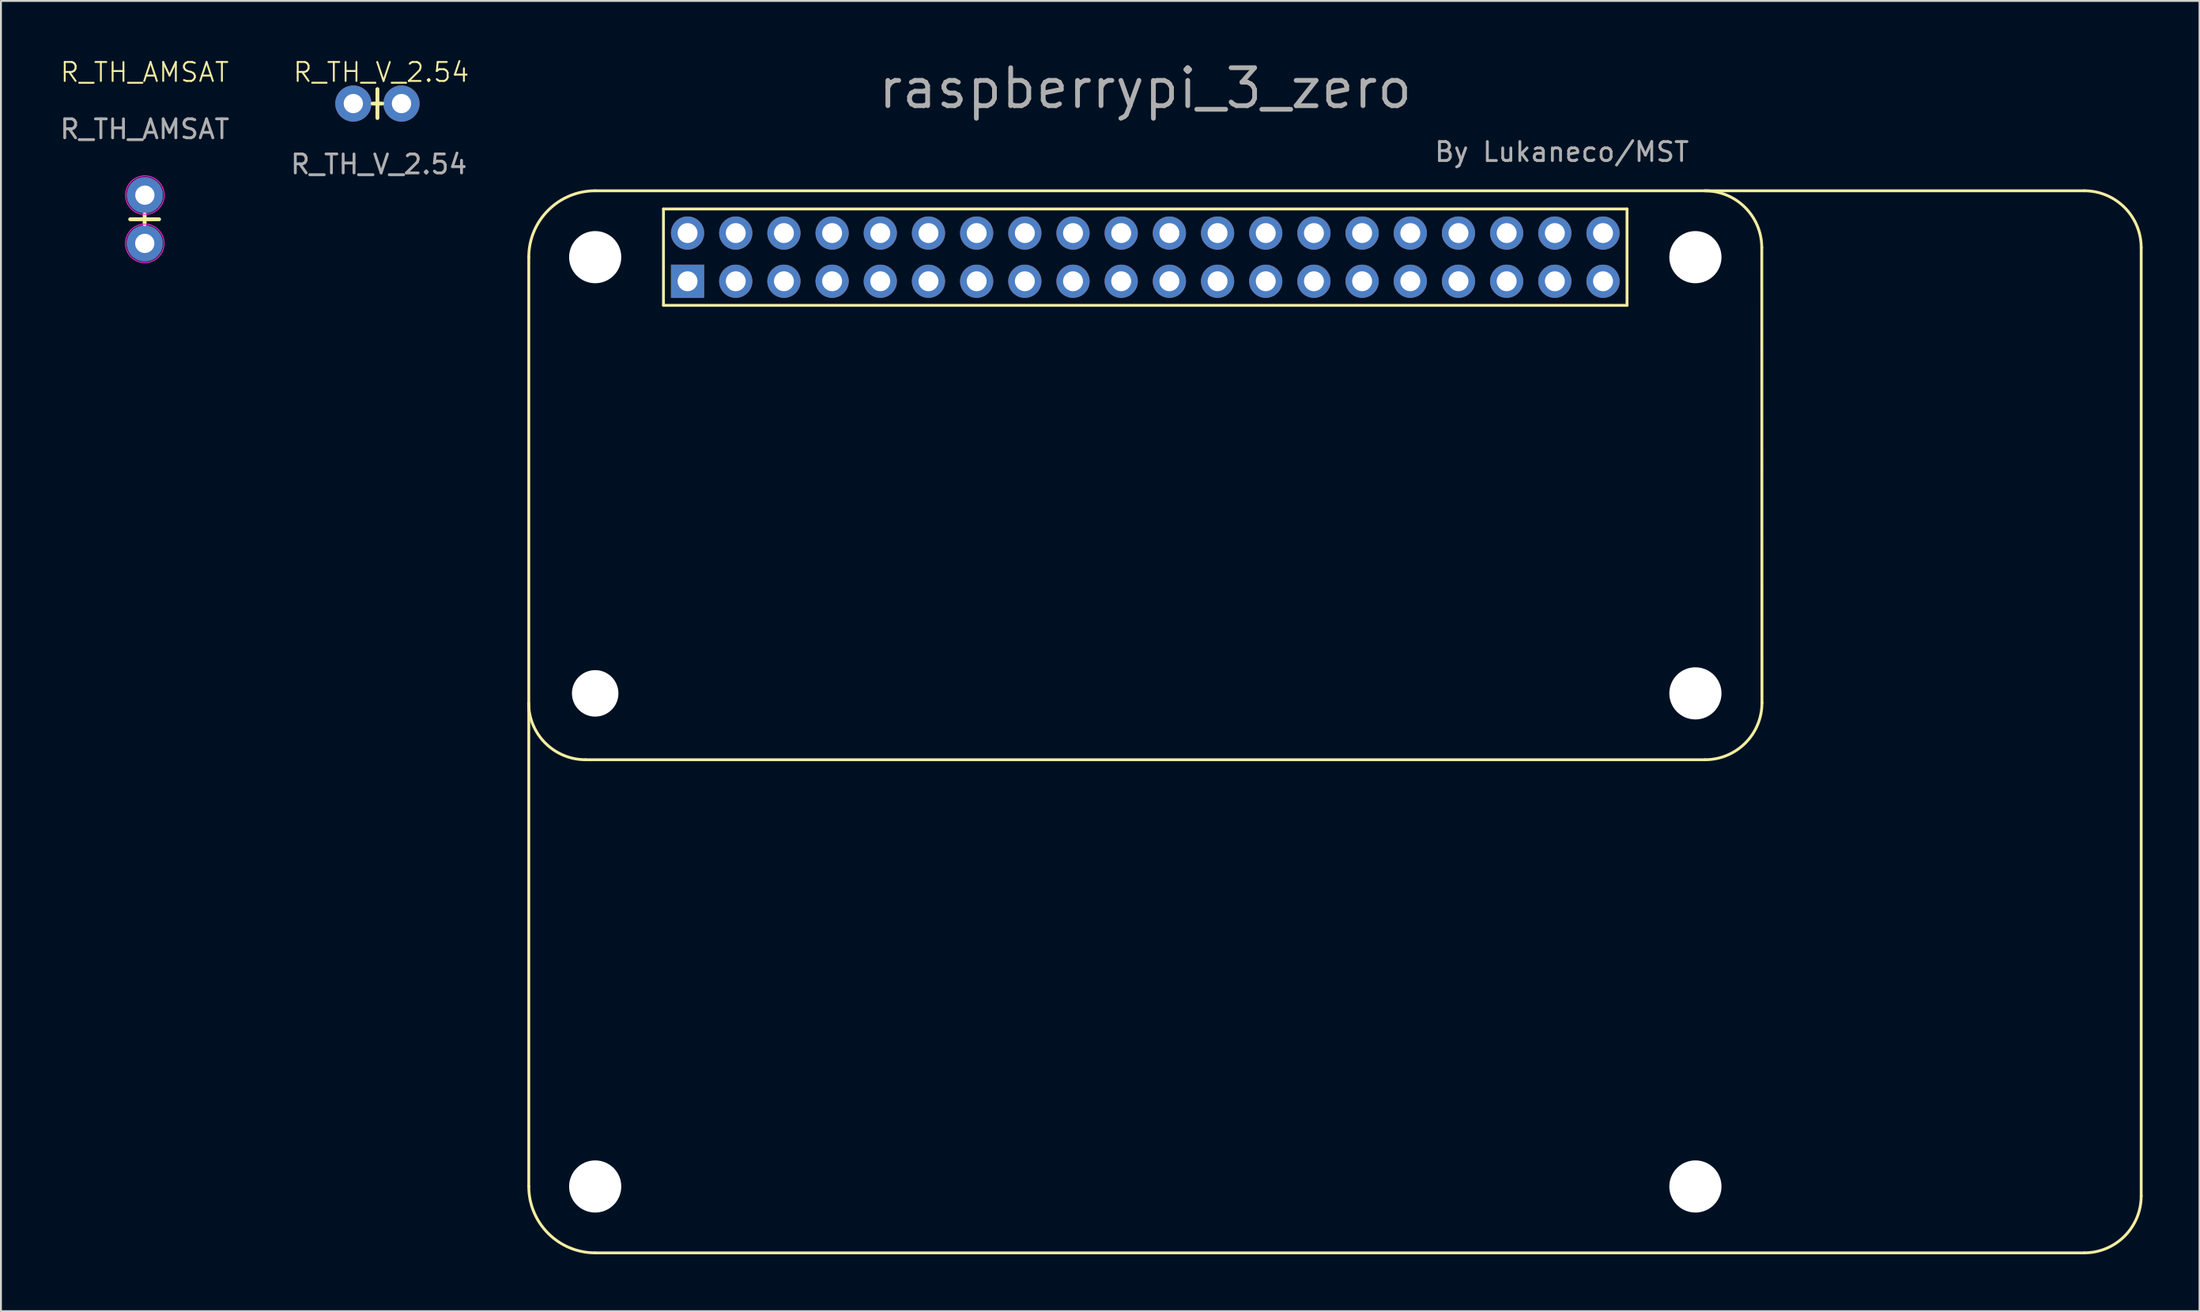
<source format=kicad_pcb>
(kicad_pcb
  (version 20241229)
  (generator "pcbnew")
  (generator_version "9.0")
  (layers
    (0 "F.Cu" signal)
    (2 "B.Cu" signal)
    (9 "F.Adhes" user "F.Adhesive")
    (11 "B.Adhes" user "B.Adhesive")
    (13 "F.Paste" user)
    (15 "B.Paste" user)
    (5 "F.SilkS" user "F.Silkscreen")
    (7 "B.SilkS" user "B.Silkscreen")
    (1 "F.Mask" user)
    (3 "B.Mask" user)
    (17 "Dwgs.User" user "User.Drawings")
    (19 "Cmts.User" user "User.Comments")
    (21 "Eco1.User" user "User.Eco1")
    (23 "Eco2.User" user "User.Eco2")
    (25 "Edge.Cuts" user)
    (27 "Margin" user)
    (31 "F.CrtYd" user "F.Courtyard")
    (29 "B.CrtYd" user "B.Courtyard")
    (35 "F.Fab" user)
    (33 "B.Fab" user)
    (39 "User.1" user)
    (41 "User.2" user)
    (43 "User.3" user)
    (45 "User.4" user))
  (footprint "R_TH_V_2.54"
    (layer "F.Cu")
    (at 16.846 2.386)
    (property "Reference" "R_TH_V_2.54" (at 0.203 -1.626 0) (unlocked yes) (layer "F.SilkS") (effects (font (size 1 1) (thickness 0.1))))
    (attr smd)
    (fp_line (start 0 -0.737) (end 0 0.025) (stroke (width 0.203) (type solid)) (layer "F.SilkS"))
    (fp_line (start 0 0.025) (end -0.254 0.025) (stroke (width 0.203) (type solid)) (layer "F.SilkS"))
    (fp_line (start 0 0.025) (end 0 0.787) (stroke (width 0.203) (type solid)) (layer "F.SilkS"))
    (fp_line (start 0 0.025) (end 0.254 0.025) (stroke (width 0.203) (type solid)) (layer "F.SilkS"))
    (fp_text user "${REFERENCE}" (at 0.076 3.226 0) (unlocked yes) (layer "F.Fab") (effects (font (size 1 1) (thickness 0.15))))
    (pad "1" thru_hole circle (at -1.27 0.025 90) (size 1.905 1.905) (drill 1.016) (layers "*.Cu" "*.Mask"))
    (pad "2" thru_hole circle (at 1.27 0.025 90) (size 1.905 1.905) (drill 1.016) (layers "*.Cu" "*.Mask")))
  (footprint "R_TH_AMSAT"
    (layer "F.Cu")
    (at 4.577 8.485)
    (property "Reference" "R_TH_AMSAT" (at 0 -7.724 0) (unlocked yes) (layer "F.SilkS") (effects (font (size 1 1) (thickness 0.1))))
    (attr through_hole)
    (fp_line (start -0.002 0.027) (end -0.764 0.027) (stroke (width 0.203) (type solid)) (layer "F.SilkS"))
    (fp_line (start -0.002 0.027) (end -0.002 -0.227) (stroke (width 0.203) (type solid)) (layer "F.SilkS"))
    (fp_line (start -0.002 0.027) (end -0.002 0.281) (stroke (width 0.203) (type solid)) (layer "F.SilkS"))
    (fp_line (start 0.76 0.027) (end -0.002 0.027) (stroke (width 0.203) (type solid)) (layer "F.SilkS"))
    (fp_circle (center 0.004 1.298) (end 1.02 1.298) (stroke (width 0.05) (type solid)) (fill no) (layer "F.CrtYd"))
    (fp_circle (center 0.01 -1.246) (end 1.026 -1.246) (stroke (width 0.05) (type solid)) (fill no) (layer "F.CrtYd"))
    (fp_text user "${REFERENCE}" (at 0 -4.724 0) (unlocked yes) (layer "F.Fab") (effects (font (size 1 1) (thickness 0.15))))
    (pad "1" thru_hole circle (at 0.01 -1.246) (size 1.905 1.905) (drill 1.016) (layers "*.Cu" "*.Mask"))
    (pad "2" thru_hole circle (at 0.004 1.298) (size 1.905 1.905) (drill 1.016) (layers "*.Cu" "*.Mask")))
  (footprint "raspberrypi_3_zero"
    (layer "F.Cu")
    (at 57.326 10.509)
    (property "Reference" "raspberrypi_3_zero" (at 0 -8.9 180) (layer "F.Fab") (effects (font (size 2 2) (thickness 0.25))))
    (attr through_hole)
    (fp_line (start -32.5 49) (end -32.5 0) (stroke (width 0.15) (type solid)) (layer "F.SilkS"))
    (fp_line (start -29.509 26.499) (end 29.509 26.499) (stroke (width 0.15) (type default)) (layer "F.SilkS"))
    (fp_line (start -29 52.5) (end 49.5 52.5) (stroke (width 0.15) (type solid)) (layer "F.SilkS"))
    (fp_line (start -25.4 -2.54) (end -25.4 2.54) (stroke (width 0.15) (type solid)) (layer "F.SilkS"))
    (fp_line (start -25.4 -2.54) (end 25.4 -2.54) (stroke (width 0.15) (type solid)) (layer "F.SilkS"))
    (fp_line (start 25.395 2.54) (end 25.395 -2.54) (stroke (width 0.15) (type solid)) (layer "F.SilkS"))
    (fp_line (start 25.4 2.54) (end -25.4 2.54) (stroke (width 0.15) (type solid)) (layer "F.SilkS"))
    (fp_line (start 32.509 23.499) (end 32.499 -0.499) (stroke (width 0.15) (type default)) (layer "F.SilkS"))
    (fp_line (start 49.5 -3.5) (end -29 -3.5) (stroke (width 0.15) (type solid)) (layer "F.SilkS"))
    (fp_line (start 52.5 49.5) (end 52.5 -0.5) (stroke (width 0.15) (type solid)) (layer "F.SilkS"))
    (fp_arc (start -32.5 0) (mid -31.474874 -2.474873) (end -29 -3.5) (stroke (width 0.15) (type solid)) (layer "F.SilkS"))
    (fp_arc (start -29.50868 26.49868) (mid -31.63 25.62) (end -32.50868 23.49868) (stroke (width 0.15) (type solid)) (layer "F.SilkS"))
    (fp_arc (start -29 52.5) (mid -31.474873 51.474874) (end -32.5 49) (stroke (width 0.15) (type solid)) (layer "F.SilkS"))
    (fp_arc (start 29.49868 -3.49868) (mid 31.620006 -2.620006) (end 32.49868 -0.49868) (stroke (width 0.15) (type solid)) (layer "F.SilkS"))
    (fp_arc (start 32.50868 23.49868) (mid 31.630001 25.620001) (end 29.50868 26.49868) (stroke (width 0.15) (type solid)) (layer "F.SilkS"))
    (fp_arc (start 49.5 -3.5) (mid 51.621321 -2.621321) (end 52.5 -0.5) (stroke (width 0.15) (type solid)) (layer "F.SilkS"))
    (fp_arc (start 52.5 49.5) (mid 51.621321 51.621321) (end 49.5 52.5) (stroke (width 0.15) (type solid)) (layer "F.SilkS"))
    (fp_text user "By Lukaneco/MST" (at 21.96 -5.55 180) (layer "F.Fab") (effects (font (size 1 1) (thickness 0.15))))
    (pad "" np_thru_hole circle (at -29 0) (size 2.75 2.75) (drill 2.75) (layers "*.Cu" "*.Mask"))
    (pad "" np_thru_hole circle (at -29 23) (size 2.45 2.45) (drill 2.75) (layers "*.Cu" "*.Mask"))
    (pad "" np_thru_hole circle (at -29 49) (size 2.75 2.75) (drill 2.75) (layers "*.Cu" "*.Mask"))
    (pad "" np_thru_hole circle (at 29 0) (size 2.75 2.75) (drill 2.75) (layers "*.Cu" "*.Mask"))
    (pad "" np_thru_hole circle (at 29 23) (size 2.75 2.75) (drill 2.75) (layers "*.Cu" "*.Mask"))
    (pad "" np_thru_hole circle (at 29 49) (size 2.75 2.75) (drill 2.75) (layers "*.Cu" "*.Mask"))
    (pad "1" thru_hole rect (at -24.13 1.27) (size 1.75 1.75) (drill 1.05) (layers "*.Cu" "*.Mask"))
    (pad "2" thru_hole circle (at -24.13 -1.27) (size 1.75 1.75) (drill 1.05) (layers "*.Cu" "*.Mask"))
    (pad "3" thru_hole circle (at -21.59 1.27) (size 1.75 1.75) (drill 1.05) (layers "*.Cu" "*.Mask"))
    (pad "4" thru_hole circle (at -21.59 -1.27) (size 1.75 1.75) (drill 1.05) (layers "*.Cu" "*.Mask"))
    (pad "5" thru_hole circle (at -19.05 1.27) (size 1.75 1.75) (drill 1.05) (layers "*.Cu" "*.Mask"))
    (pad "6" thru_hole circle (at -19.05 -1.27) (size 1.75 1.75) (drill 1.05) (layers "*.Cu" "*.Mask"))
    (pad "7" thru_hole circle (at -16.51 1.27) (size 1.75 1.75) (drill 1.05) (layers "*.Cu" "*.Mask"))
    (pad "8" thru_hole circle (at -16.51 -1.27) (size 1.75 1.75) (drill 1.05) (layers "*.Cu" "*.Mask"))
    (pad "9" thru_hole circle (at -13.97 1.27) (size 1.75 1.75) (drill 1.05) (layers "*.Cu" "*.Mask"))
    (pad "10" thru_hole circle (at -13.97 -1.27) (size 1.75 1.75) (drill 1.05) (layers "*.Cu" "*.Mask"))
    (pad "11" thru_hole circle (at -11.43 1.27) (size 1.75 1.75) (drill 1.05) (layers "*.Cu" "*.Mask"))
    (pad "12" thru_hole circle (at -11.43 -1.27) (size 1.75 1.75) (drill 1.05) (layers "*.Cu" "*.Mask"))
    (pad "13" thru_hole circle (at -8.89 1.27) (size 1.75 1.75) (drill 1.05) (layers "*.Cu" "*.Mask"))
    (pad "14" thru_hole circle (at -8.89 -1.27) (size 1.75 1.75) (drill 1.05) (layers "*.Cu" "*.Mask"))
    (pad "15" thru_hole circle (at -6.35 1.27) (size 1.75 1.75) (drill 1.05) (layers "*.Cu" "*.Mask"))
    (pad "16" thru_hole circle (at -6.35 -1.27) (size 1.75 1.75) (drill 1.05) (layers "*.Cu" "*.Mask"))
    (pad "17" thru_hole circle (at -3.81 1.27) (size 1.75 1.75) (drill 1.05) (layers "*.Cu" "*.Mask"))
    (pad "18" thru_hole circle (at -3.81 -1.27) (size 1.75 1.75) (drill 1.05) (layers "*.Cu" "*.Mask"))
    (pad "19" thru_hole circle (at -1.27 1.27) (size 1.75 1.75) (drill 1.05) (layers "*.Cu" "*.Mask"))
    (pad "20" thru_hole circle (at -1.27 -1.27) (size 1.75 1.75) (drill 1.05) (layers "*.Cu" "*.Mask"))
    (pad "21" thru_hole circle (at 1.27 1.27) (size 1.75 1.75) (drill 1.05) (layers "*.Cu" "*.Mask"))
    (pad "22" thru_hole circle (at 1.27 -1.27) (size 1.75 1.75) (drill 1.05) (layers "*.Cu" "*.Mask"))
    (pad "23" thru_hole circle (at 3.81 1.27) (size 1.75 1.75) (drill 1.05) (layers "*.Cu" "*.Mask"))
    (pad "24" thru_hole circle (at 3.81 -1.27) (size 1.75 1.75) (drill 1.05) (layers "*.Cu" "*.Mask"))
    (pad "25" thru_hole circle (at 6.35 1.27) (size 1.75 1.75) (drill 1.05) (layers "*.Cu" "*.Mask"))
    (pad "26" thru_hole circle (at 6.35 -1.27) (size 1.75 1.75) (drill 1.05) (layers "*.Cu" "*.Mask"))
    (pad "27" thru_hole circle (at 8.89 1.27) (size 1.75 1.75) (drill 1.05) (layers "*.Cu" "*.Mask"))
    (pad "28" thru_hole circle (at 8.89 -1.27) (size 1.75 1.75) (drill 1.05) (layers "*.Cu" "*.Mask"))
    (pad "29" thru_hole circle (at 11.43 1.27) (size 1.75 1.75) (drill 1.05) (layers "*.Cu" "*.Mask"))
    (pad "30" thru_hole circle (at 11.43 -1.27) (size 1.75 1.75) (drill 1.05) (layers "*.Cu" "*.Mask"))
    (pad "31" thru_hole circle (at 13.97 1.27) (size 1.75 1.75) (drill 1.05) (layers "*.Cu" "*.Mask"))
    (pad "32" thru_hole circle (at 13.97 -1.27) (size 1.75 1.75) (drill 1.05) (layers "*.Cu" "*.Mask"))
    (pad "33" thru_hole circle (at 16.51 1.27) (size 1.75 1.75) (drill 1.05) (layers "*.Cu" "*.Mask"))
    (pad "34" thru_hole circle (at 16.51 -1.27) (size 1.75 1.75) (drill 1.05) (layers "*.Cu" "*.Mask"))
    (pad "35" thru_hole circle (at 19.05 1.27) (size 1.75 1.75) (drill 1.05) (layers "*.Cu" "*.Mask"))
    (pad "36" thru_hole circle (at 19.05 -1.27) (size 1.75 1.75) (drill 1.05) (layers "*.Cu" "*.Mask"))
    (pad "37" thru_hole circle (at 21.59 1.27) (size 1.75 1.75) (drill 1.05) (layers "*.Cu" "*.Mask"))
    (pad "38" thru_hole circle (at 21.59 -1.27) (size 1.75 1.75) (drill 1.05) (layers "*.Cu" "*.Mask"))
    (pad "39" thru_hole circle (at 24.13 1.27) (size 1.75 1.75) (drill 1.05) (layers "*.Cu" "*.Mask"))
    (pad "40" thru_hole circle (at 24.13 -1.27) (size 1.75 1.75) (drill 1.05) (layers "*.Cu" "*.Mask")))
  (gr_rect
    (start -3 -3)
    (end 112.901 66.084)
    (stroke (width 0.1) (type default))
    (fill no)
    (layer "Edge.Cuts")))
</source>
